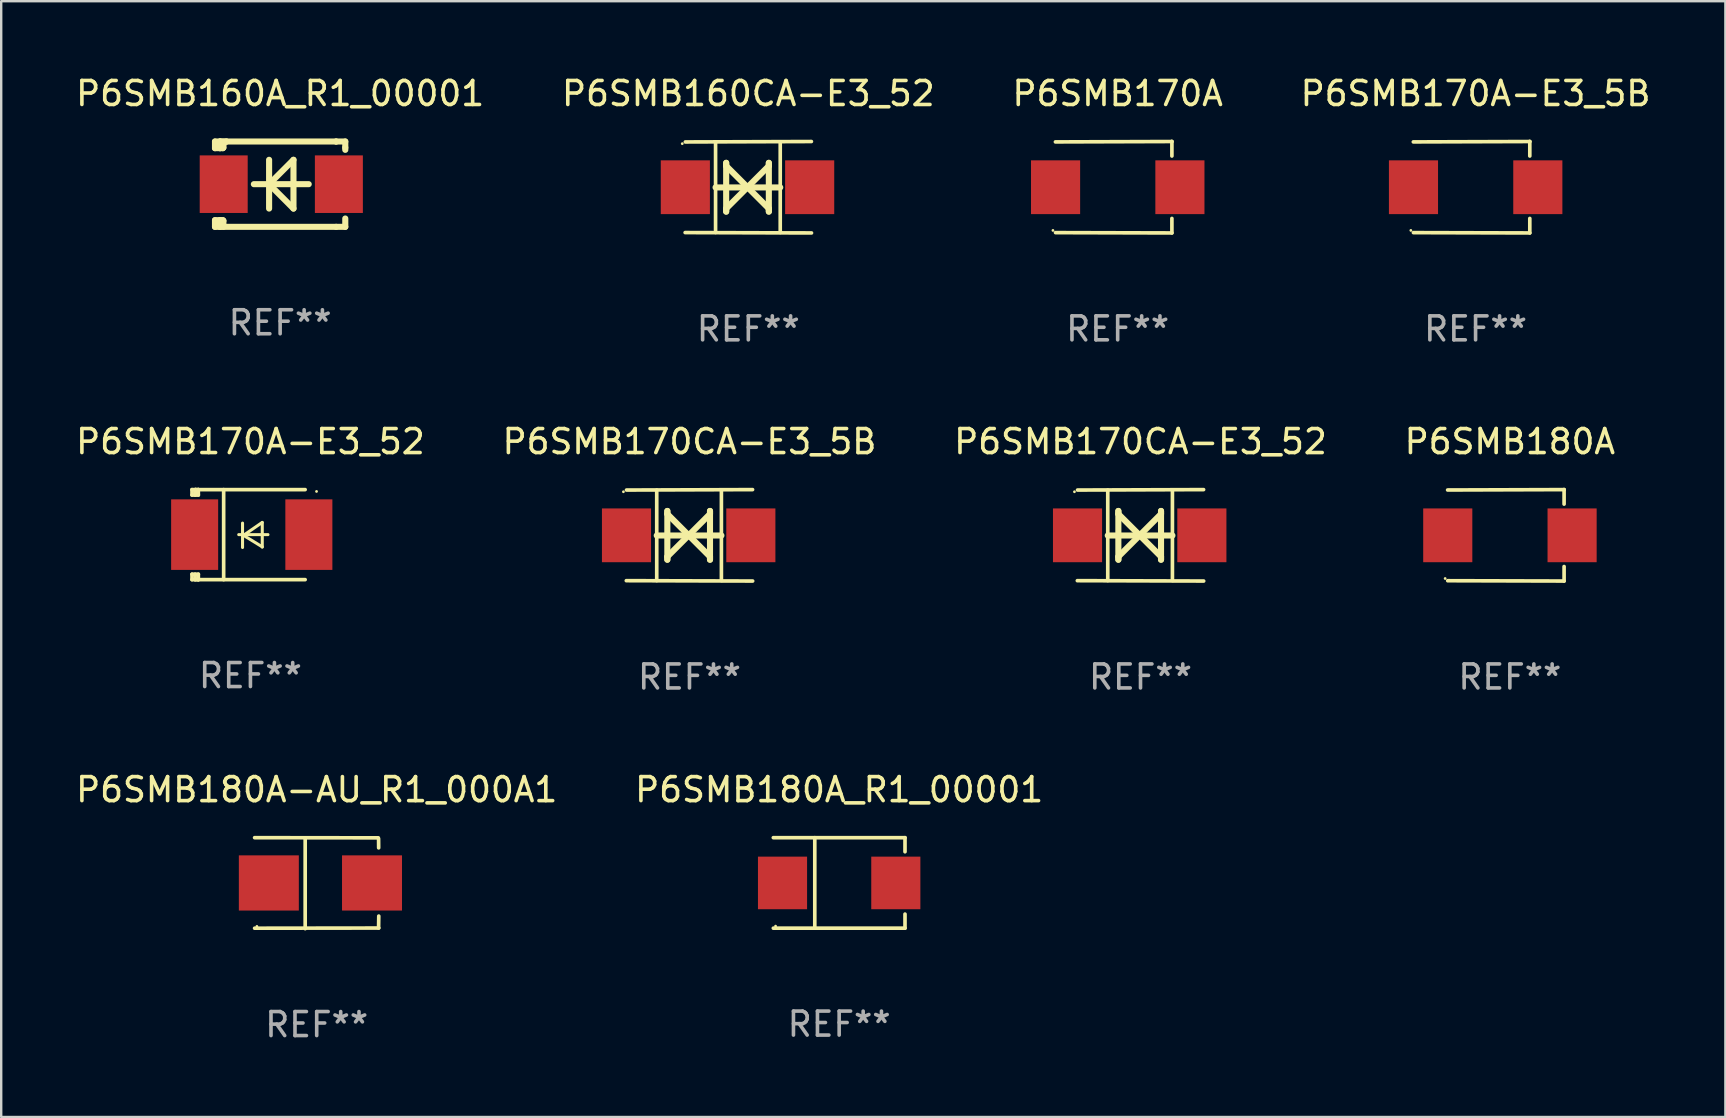
<source format=kicad_pcb>
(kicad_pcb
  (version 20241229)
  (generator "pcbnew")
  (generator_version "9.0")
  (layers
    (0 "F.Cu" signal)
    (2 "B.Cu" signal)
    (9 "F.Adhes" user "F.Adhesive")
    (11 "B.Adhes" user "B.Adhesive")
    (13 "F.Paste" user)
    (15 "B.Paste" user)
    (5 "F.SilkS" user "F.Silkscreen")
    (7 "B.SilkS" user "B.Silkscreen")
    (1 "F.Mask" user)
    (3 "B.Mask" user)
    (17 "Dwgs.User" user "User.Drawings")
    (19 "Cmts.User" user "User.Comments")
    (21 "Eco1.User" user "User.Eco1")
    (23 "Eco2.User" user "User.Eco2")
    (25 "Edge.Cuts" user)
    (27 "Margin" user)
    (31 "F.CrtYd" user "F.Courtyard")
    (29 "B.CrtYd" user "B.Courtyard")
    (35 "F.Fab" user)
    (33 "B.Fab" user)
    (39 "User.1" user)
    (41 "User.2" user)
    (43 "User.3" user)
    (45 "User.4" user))
  (footprint "P6SMB180A-AU_R1_000A1"
    (layer "F.Cu")
    (at 10.149 33.757)
    (property "Reference" "P6SMB180A-AU_R1_000A1" (at 0 -3.896 0) (layer "F.SilkS") (effects (font (size 1 1) (thickness 0.15))))
    (attr through_hole)
    (fp_line (start -2.588 -1.896) (end 2.568 -1.889) (stroke (width 0.152) (type solid)) (layer "F.SilkS"))
    (fp_line (start -2.588 1.877) (end 2.588 1.87) (stroke (width 0.152) (type solid)) (layer "F.SilkS"))
    (fp_line (start -0.48 1.896) (end -0.48 -1.871) (stroke (width 0.152) (type solid)) (layer "F.SilkS"))
    (fp_line (start 2.579 -1.849) (end 2.582 -1.472) (stroke (width 0.152) (type solid)) (layer "F.SilkS"))
    (fp_line (start 2.579 1.867) (end 2.587 1.372) (stroke (width 0.152) (type solid)) (layer "F.SilkS"))
    (fp_circle (center -2.492 1.801) (end -2.462 1.801) (stroke (width 0.06) (type solid)) (fill no) (layer "F.SilkS"))
    (fp_text user "REF**" (at 0 5.896 0) (layer "F.Fab") (effects (font (size 1 1) (thickness 0.15))))
    (pad "1" smd rect (at -1.995 -0.009) (size 2.5 2.3) (layers "F.Cu" "F.Mask" "F.Paste"))
    (pad "2" smd rect (at 2.305 -0.009) (size 2.5 2.3) (layers "F.Cu" "F.Mask" "F.Paste")))
  (footprint "P6SMB180A"
    (layer "F.Cu")
    (at 59.875 19.26)
    (property "Reference" "P6SMB180A" (at 0 -3.905 0) (layer "F.SilkS") (effects (font (size 1 1) (thickness 0.15))))
    (attr through_hole)
    (fp_line (start 2.256 -1.905) (end -2.594 -1.889) (stroke (width 0.152) (type solid)) (layer "F.SilkS"))
    (fp_line (start 2.256 -1.905) (end 2.26 -1.905) (stroke (width 0.152) (type solid)) (layer "F.SilkS"))
    (fp_line (start 2.26 -1.905) (end 2.26 -1.301) (stroke (width 0.152) (type solid)) (layer "F.SilkS"))
    (fp_line (start 2.26 1.301) (end 2.26 1.905) (stroke (width 0.152) (type solid)) (layer "F.SilkS"))
    (fp_line (start 2.26 1.905) (end -2.59 1.892) (stroke (width 0.152) (type solid)) (layer "F.SilkS"))
    (fp_circle (center -2.697 1.8) (end -2.667 1.8) (stroke (width 0.06) (type solid)) (fill no) (layer "F.SilkS"))
    (fp_text user "REF**" (at 0 5.905 0) (layer "F.Fab") (effects (font (size 1 1) (thickness 0.15))))
    (pad "1" smd rect (at -2.588 0) (size 2.047 2.241) (layers "F.Cu" "F.Mask" "F.Paste"))
    (pad "2" smd rect (at 2.594 0) (size 2.047 2.241) (layers "F.Cu" "F.Mask" "F.Paste")))
  (footprint "P6SMB170A"
    (layer "F.Cu")
    (at 43.53 4.753)
    (property "Reference" "P6SMB170A" (at 0 -3.905 0) (layer "F.SilkS") (effects (font (size 1 1) (thickness 0.15))))
    (attr through_hole)
    (fp_line (start 2.256 -1.905) (end -2.594 -1.889) (stroke (width 0.152) (type solid)) (layer "F.SilkS"))
    (fp_line (start 2.256 -1.905) (end 2.26 -1.905) (stroke (width 0.152) (type solid)) (layer "F.SilkS"))
    (fp_line (start 2.26 -1.905) (end 2.26 -1.301) (stroke (width 0.152) (type solid)) (layer "F.SilkS"))
    (fp_line (start 2.26 1.301) (end 2.26 1.905) (stroke (width 0.152) (type solid)) (layer "F.SilkS"))
    (fp_line (start 2.26 1.905) (end -2.59 1.892) (stroke (width 0.152) (type solid)) (layer "F.SilkS"))
    (fp_circle (center -2.697 1.8) (end -2.667 1.8) (stroke (width 0.06) (type solid)) (fill no) (layer "F.SilkS"))
    (fp_text user "REF**" (at 0 5.905 0) (layer "F.Fab") (effects (font (size 1 1) (thickness 0.15))))
    (pad "1" smd rect (at -2.588 0) (size 2.047 2.241) (layers "F.Cu" "F.Mask" "F.Paste"))
    (pad "2" smd rect (at 2.594 0) (size 2.047 2.241) (layers "F.Cu" "F.Mask" "F.Paste")))
  (footprint "P6SMB180A_R1_00001"
    (layer "F.Cu")
    (at 31.923 33.747)
    (property "Reference" "P6SMB180A_R1_00001" (at 0 -3.886 0) (layer "F.SilkS") (effects (font (size 1 1) (thickness 0.15))))
    (attr through_hole)
    (fp_line (start -2.744 -1.886) (end 2.744 -1.886) (stroke (width 0.152) (type solid)) (layer "F.SilkS"))
    (fp_line (start -2.744 1.886) (end 2.744 1.886) (stroke (width 0.152) (type solid)) (layer "F.SilkS"))
    (fp_line (start -1.016 -1.886) (end -1.016 1.886) (stroke (width 0.152) (type solid)) (layer "F.SilkS"))
    (fp_line (start 2.744 -1.886) (end 2.744 -1.299) (stroke (width 0.152) (type solid)) (layer "F.SilkS"))
    (fp_line (start 2.744 1.886) (end 2.744 1.299) (stroke (width 0.152) (type solid)) (layer "F.SilkS"))
    (fp_circle (center -2.65 1.8) (end -2.62 1.8) (stroke (width 0.06) (type solid)) (fill no) (layer "F.SilkS"))
    (fp_text user "REF**" (at 0 5.886 0) (layer "F.Fab") (effects (font (size 1 1) (thickness 0.15))))
    (pad "1" smd rect (at -2.361 0) (size 2.047 2.192) (layers "F.Cu" "F.Mask" "F.Paste"))
    (pad "2" smd rect (at 2.361 0) (size 2.047 2.192) (layers "F.Cu" "F.Mask" "F.Paste")))
  (footprint "P6SMB170CA-E3_52"
    (layer "F.Cu")
    (at 44.482 19.26)
    (property "Reference" "P6SMB170CA-E3_52" (at 0 -3.905 0) (layer "F.SilkS") (effects (font (size 1 1) (thickness 0.15))))
    (attr through_hole)
    (fp_line (start -1.365 1.886) (end -1.365 -1.886) (stroke (width 0.152) (type solid)) (layer "F.SilkS"))
    (fp_line (start -1.365 0.008) (end 1.33 0.008) (stroke (width 0.254) (type solid)) (layer "F.SilkS"))
    (fp_line (start -0.923 -1.016) (end -0.923 1.016) (stroke (width 0.254) (type solid)) (layer "F.SilkS"))
    (fp_line (start -0.923 -0.889) (end -0.923 -1.016) (stroke (width 0.254) (type solid)) (layer "F.SilkS"))
    (fp_line (start -0.923 0.889) (end -0.034 0) (stroke (width 0.254) (type solid)) (layer "F.SilkS"))
    (fp_line (start -0.923 1.016) (end -0.923 0.889) (stroke (width 0.254) (type solid)) (layer "F.SilkS"))
    (fp_line (start -0.034 0) (end -0.923 -0.889) (stroke (width 0.254) (type solid)) (layer "F.SilkS"))
    (fp_line (start -0.034 0) (end 0.855 0.889) (stroke (width 0.254) (type solid)) (layer "F.SilkS"))
    (fp_line (start 0.855 -1.016) (end 0.855 -0.889) (stroke (width 0.254) (type solid)) (layer "F.SilkS"))
    (fp_line (start 0.855 -0.889) (end -0.034 0) (stroke (width 0.254) (type solid)) (layer "F.SilkS"))
    (fp_line (start 0.855 0.889) (end 0.855 1.016) (stroke (width 0.254) (type solid)) (layer "F.SilkS"))
    (fp_line (start 0.855 1.016) (end 0.855 -1.016) (stroke (width 0.254) (type solid)) (layer "F.SilkS"))
    (fp_line (start 1.33 1.886) (end 1.33 -1.886) (stroke (width 0.152) (type solid)) (layer "F.SilkS"))
    (fp_line (start 2.629 -1.905) (end -2.625 -1.887) (stroke (width 0.152) (type solid)) (layer "F.SilkS"))
    (fp_line (start 2.633 1.905) (end -2.633 1.89) (stroke (width 0.152) (type solid)) (layer "F.SilkS"))
    (fp_circle (center -2.753 -1.816) (end -2.723 -1.816) (stroke (width 0.06) (type solid)) (fill no) (layer "F.SilkS"))
    (fp_text user "REF**" (at 0 5.905 0) (layer "F.Fab") (effects (font (size 1 1) (thickness 0.15))))
    (pad "1" smd rect (at -2.625 0) (size 2.047 2.241) (layers "F.Cu" "F.Mask" "F.Paste"))
    (pad "2" smd rect (at 2.557 0) (size 2.047 2.241) (layers "F.Cu" "F.Mask" "F.Paste")))
  (footprint "P6SMB160A_R1_00001"
    (layer "F.Cu")
    (at 8.625 4.626)
    (property "Reference" "P6SMB160A_R1_00001" (at 0 -3.778 0) (layer "F.SilkS") (effects (font (size 1 1) (thickness 0.15))))
    (attr through_hole)
    (fp_line (start -2.715 -1.778) (end -2.715 -1.501) (stroke (width 0.254) (type solid)) (layer "F.SilkS"))
    (fp_line (start -2.715 -1.501) (end -2.505 -1.501) (stroke (width 0.254) (type solid)) (layer "F.SilkS"))
    (fp_line (start -2.715 1.501) (end -2.715 1.778) (stroke (width 0.254) (type solid)) (layer "F.SilkS"))
    (fp_line (start -2.715 1.501) (end -2.505 1.501) (stroke (width 0.254) (type solid)) (layer "F.SilkS"))
    (fp_line (start -2.715 1.778) (end -2.504 1.778) (stroke (width 0.254) (type solid)) (layer "F.SilkS"))
    (fp_line (start -2.505 -1.778) (end -2.715 -1.778) (stroke (width 0.254) (type solid)) (layer "F.SilkS"))
    (fp_line (start -2.505 -1.778) (end -2.238 -1.778) (stroke (width 0.254) (type solid)) (layer "F.SilkS"))
    (fp_line (start -2.505 -1.501) (end -2.505 -1.651) (stroke (width 0.254) (type solid)) (layer "F.SilkS"))
    (fp_line (start -2.505 -1.501) (end -2.388 -1.501) (stroke (width 0.254) (type solid)) (layer "F.SilkS"))
    (fp_line (start -2.505 1.501) (end -2.505 1.778) (stroke (width 0.254) (type solid)) (layer "F.SilkS"))
    (fp_line (start -2.505 1.501) (end -2.388 1.501) (stroke (width 0.254) (type solid)) (layer "F.SilkS"))
    (fp_line (start -2.388 1.501) (end -2.365 1.524) (stroke (width 0.254) (type solid)) (layer "F.SilkS"))
    (fp_line (start -2.388 -1.501) (end -2.365 -1.524) (stroke (width 0.254) (type solid)) (layer "F.SilkS"))
    (fp_line (start -2.365 -1.651) (end -2.505 -1.778) (stroke (width 0.254) (type solid)) (layer "F.SilkS"))
    (fp_line (start -2.365 -1.524) (end -2.365 -1.651) (stroke (width 0.254) (type solid)) (layer "F.SilkS"))
    (fp_line (start -2.365 1.524) (end -2.365 1.778) (stroke (width 0.254) (type solid)) (layer "F.SilkS"))
    (fp_line (start -2.239 -1.778) (end 2.333 -1.778) (stroke (width 0.254) (type solid)) (layer "F.SilkS"))
    (fp_line (start -2.238 -1.778) (end -2.505 -1.778) (stroke (width 0.254) (type solid)) (layer "F.SilkS"))
    (fp_line (start -1.095 0) (end 1.191 0) (stroke (width 0.254) (type solid)) (layer "F.SilkS"))
    (fp_line (start -0.46 -1.016) (end -0.46 1.016) (stroke (width 0.254) (type solid)) (layer "F.SilkS"))
    (fp_line (start -0.46 -0.000127) (end 0.556 1.016) (stroke (width 0.254) (type solid)) (layer "F.SilkS"))
    (fp_line (start 0.556 -1.016) (end 0.556 1.016) (stroke (width 0.254) (type solid)) (layer "F.SilkS"))
    (fp_line (start 0.556 -1.016) (end -0.46 -0.000127) (stroke (width 0.254) (type solid)) (layer "F.SilkS"))
    (fp_line (start 2.333 -1.778) (end 2.333 -1.778) (stroke (width 0.254) (type solid)) (layer "F.SilkS"))
    (fp_line (start 2.333 -1.778) (end 2.715 -1.778) (stroke (width 0.254) (type solid)) (layer "F.SilkS"))
    (fp_line (start 2.334 1.778) (end -2.504 1.778) (stroke (width 0.254) (type solid)) (layer "F.SilkS"))
    (fp_line (start 2.715 -1.778) (end 2.715 -1.524) (stroke (width 0.254) (type solid)) (layer "F.SilkS"))
    (fp_line (start 2.715 -1.524) (end 2.715 -1.431) (stroke (width 0.254) (type solid)) (layer "F.SilkS"))
    (fp_line (start 2.715 1.431) (end 2.715 1.778) (stroke (width 0.254) (type solid)) (layer "F.SilkS"))
    (fp_line (start 2.715 1.778) (end 2.334 1.778) (stroke (width 0.254) (type solid)) (layer "F.SilkS"))
    (fp_circle (center -2.602 1.8) (end -2.572 1.8) (stroke (width 0.06) (type solid)) (fill no) (layer "F.SilkS"))
    (fp_text user "REF**" (at 0 5.778 0) (layer "F.Fab") (effects (font (size 1 1) (thickness 0.15))))
    (pad "1" smd rect (at -2.352 -0.000076) (size 2 2.4) (layers "F.Cu" "F.Mask" "F.Paste"))
    (pad "2" smd rect (at 2.448 -0.000076) (size 2 2.4) (layers "F.Cu" "F.Mask" "F.Paste")))
  (footprint "P6SMB160CA-E3_52"
    (layer "F.Cu")
    (at 28.137 4.753)
    (property "Reference" "P6SMB160CA-E3_52" (at 0 -3.905 0) (layer "F.SilkS") (effects (font (size 1 1) (thickness 0.15))))
    (attr through_hole)
    (fp_line (start -1.365 1.886) (end -1.365 -1.886) (stroke (width 0.152) (type solid)) (layer "F.SilkS"))
    (fp_line (start -1.365 0.008) (end 1.33 0.008) (stroke (width 0.254) (type solid)) (layer "F.SilkS"))
    (fp_line (start -0.923 -1.016) (end -0.923 1.016) (stroke (width 0.254) (type solid)) (layer "F.SilkS"))
    (fp_line (start -0.923 -0.889) (end -0.923 -1.016) (stroke (width 0.254) (type solid)) (layer "F.SilkS"))
    (fp_line (start -0.923 0.889) (end -0.034 0) (stroke (width 0.254) (type solid)) (layer "F.SilkS"))
    (fp_line (start -0.923 1.016) (end -0.923 0.889) (stroke (width 0.254) (type solid)) (layer "F.SilkS"))
    (fp_line (start -0.034 0) (end -0.923 -0.889) (stroke (width 0.254) (type solid)) (layer "F.SilkS"))
    (fp_line (start -0.034 0) (end 0.855 0.889) (stroke (width 0.254) (type solid)) (layer "F.SilkS"))
    (fp_line (start 0.855 -1.016) (end 0.855 -0.889) (stroke (width 0.254) (type solid)) (layer "F.SilkS"))
    (fp_line (start 0.855 -0.889) (end -0.034 0) (stroke (width 0.254) (type solid)) (layer "F.SilkS"))
    (fp_line (start 0.855 0.889) (end 0.855 1.016) (stroke (width 0.254) (type solid)) (layer "F.SilkS"))
    (fp_line (start 0.855 1.016) (end 0.855 -1.016) (stroke (width 0.254) (type solid)) (layer "F.SilkS"))
    (fp_line (start 1.33 1.886) (end 1.33 -1.886) (stroke (width 0.152) (type solid)) (layer "F.SilkS"))
    (fp_line (start 2.629 -1.905) (end -2.625 -1.887) (stroke (width 0.152) (type solid)) (layer "F.SilkS"))
    (fp_line (start 2.633 1.905) (end -2.633 1.89) (stroke (width 0.152) (type solid)) (layer "F.SilkS"))
    (fp_circle (center -2.753 -1.816) (end -2.723 -1.816) (stroke (width 0.06) (type solid)) (fill no) (layer "F.SilkS"))
    (fp_text user "REF**" (at 0 5.905 0) (layer "F.Fab") (effects (font (size 1 1) (thickness 0.15))))
    (pad "1" smd rect (at -2.625 0) (size 2.047 2.241) (layers "F.Cu" "F.Mask" "F.Paste"))
    (pad "2" smd rect (at 2.557 0) (size 2.047 2.241) (layers "F.Cu" "F.Mask" "F.Paste")))
  (footprint "P6SMB170A-E3_5B"
    (layer "F.Cu")
    (at 58.446 4.753)
    (property "Reference" "P6SMB170A-E3_5B" (at 0 -3.905 0) (layer "F.SilkS") (effects (font (size 1 1) (thickness 0.15))))
    (attr through_hole)
    (fp_line (start 2.256 -1.905) (end -2.594 -1.889) (stroke (width 0.152) (type solid)) (layer "F.SilkS"))
    (fp_line (start 2.256 -1.905) (end 2.26 -1.905) (stroke (width 0.152) (type solid)) (layer "F.SilkS"))
    (fp_line (start 2.26 -1.905) (end 2.26 -1.301) (stroke (width 0.152) (type solid)) (layer "F.SilkS"))
    (fp_line (start 2.26 1.301) (end 2.26 1.905) (stroke (width 0.152) (type solid)) (layer "F.SilkS"))
    (fp_line (start 2.26 1.905) (end -2.59 1.892) (stroke (width 0.152) (type solid)) (layer "F.SilkS"))
    (fp_circle (center -2.697 1.8) (end -2.667 1.8) (stroke (width 0.06) (type solid)) (fill no) (layer "F.SilkS"))
    (fp_text user "REF**" (at 0 5.905 0) (layer "F.Fab") (effects (font (size 1 1) (thickness 0.15))))
    (pad "1" smd rect (at -2.588 0) (size 2.047 2.241) (layers "F.Cu" "F.Mask" "F.Paste"))
    (pad "2" smd rect (at 2.594 0) (size 2.047 2.241) (layers "F.Cu" "F.Mask" "F.Paste")))
  (footprint "P6SMB170CA-E3_5B"
    (layer "F.Cu")
    (at 25.685 19.26)
    (property "Reference" "P6SMB170CA-E3_5B" (at 0 -3.905 0) (layer "F.SilkS") (effects (font (size 1 1) (thickness 0.15))))
    (attr through_hole)
    (fp_line (start -1.365 1.886) (end -1.365 -1.886) (stroke (width 0.152) (type solid)) (layer "F.SilkS"))
    (fp_line (start -1.365 0.008) (end 1.33 0.008) (stroke (width 0.254) (type solid)) (layer "F.SilkS"))
    (fp_line (start -0.923 -1.016) (end -0.923 1.016) (stroke (width 0.254) (type solid)) (layer "F.SilkS"))
    (fp_line (start -0.923 -0.889) (end -0.923 -1.016) (stroke (width 0.254) (type solid)) (layer "F.SilkS"))
    (fp_line (start -0.923 0.889) (end -0.034 0) (stroke (width 0.254) (type solid)) (layer "F.SilkS"))
    (fp_line (start -0.923 1.016) (end -0.923 0.889) (stroke (width 0.254) (type solid)) (layer "F.SilkS"))
    (fp_line (start -0.034 0) (end -0.923 -0.889) (stroke (width 0.254) (type solid)) (layer "F.SilkS"))
    (fp_line (start -0.034 0) (end 0.855 0.889) (stroke (width 0.254) (type solid)) (layer "F.SilkS"))
    (fp_line (start 0.855 -1.016) (end 0.855 -0.889) (stroke (width 0.254) (type solid)) (layer "F.SilkS"))
    (fp_line (start 0.855 -0.889) (end -0.034 0) (stroke (width 0.254) (type solid)) (layer "F.SilkS"))
    (fp_line (start 0.855 0.889) (end 0.855 1.016) (stroke (width 0.254) (type solid)) (layer "F.SilkS"))
    (fp_line (start 0.855 1.016) (end 0.855 -1.016) (stroke (width 0.254) (type solid)) (layer "F.SilkS"))
    (fp_line (start 1.33 1.886) (end 1.33 -1.886) (stroke (width 0.152) (type solid)) (layer "F.SilkS"))
    (fp_line (start 2.629 -1.905) (end -2.625 -1.887) (stroke (width 0.152) (type solid)) (layer "F.SilkS"))
    (fp_line (start 2.633 1.905) (end -2.633 1.89) (stroke (width 0.152) (type solid)) (layer "F.SilkS"))
    (fp_circle (center -2.753 -1.816) (end -2.723 -1.816) (stroke (width 0.06) (type solid)) (fill no) (layer "F.SilkS"))
    (fp_text user "REF**" (at 0 5.905 0) (layer "F.Fab") (effects (font (size 1 1) (thickness 0.15))))
    (pad "1" smd rect (at -2.625 0) (size 2.047 2.241) (layers "F.Cu" "F.Mask" "F.Paste"))
    (pad "2" smd rect (at 2.557 0) (size 2.047 2.241) (layers "F.Cu" "F.Mask" "F.Paste")))
  (footprint "P6SMB170A-E3_52"
    (layer "F.Cu")
    (at 7.387 19.231)
    (property "Reference" "P6SMB170A-E3_52" (at 0 -3.876 0) (layer "F.SilkS") (effects (font (size 1 1) (thickness 0.15))))
    (attr through_hole)
    (fp_line (start -2.435 1.65) (end -2.171 1.65) (stroke (width 0.152) (type solid)) (layer "F.SilkS"))
    (fp_line (start -2.435 1.876) (end -2.435 1.65) (stroke (width 0.152) (type solid)) (layer "F.SilkS"))
    (fp_line (start -2.435 -1.876) (end -2.171 -1.876) (stroke (width 0.152) (type solid)) (layer "F.SilkS"))
    (fp_line (start -2.435 -1.65) (end -2.435 -1.876) (stroke (width 0.152) (type solid)) (layer "F.SilkS"))
    (fp_line (start -2.305 -1.866) (end -2.295 -1.876) (stroke (width 0.152) (type solid)) (layer "F.SilkS"))
    (fp_line (start -2.305 -1.65) (end -2.305 -1.866) (stroke (width 0.152) (type solid)) (layer "F.SilkS"))
    (fp_line (start -2.305 1.876) (end -2.305 1.65) (stroke (width 0.152) (type solid)) (layer "F.SilkS"))
    (fp_line (start -2.295 -1.876) (end -2.295 -1.65) (stroke (width 0.152) (type solid)) (layer "F.SilkS"))
    (fp_line (start -2.171 1.876) (end -2.435 1.876) (stroke (width 0.152) (type solid)) (layer "F.SilkS"))
    (fp_line (start -2.171 -1.65) (end -2.435 -1.65) (stroke (width 0.152) (type solid)) (layer "F.SilkS"))
    (fp_line (start -2.171 -1.876) (end -2.295 -1.876) (stroke (width 0.152) (type solid)) (layer "F.SilkS"))
    (fp_line (start -2.171 -1.65) (end -2.171 -1.876) (stroke (width 0.152) (type solid)) (layer "F.SilkS"))
    (fp_line (start -2.171 1.876) (end -2.305 1.876) (stroke (width 0.152) (type solid)) (layer "F.SilkS"))
    (fp_line (start -2.171 1.876) (end -2.171 1.65) (stroke (width 0.152) (type solid)) (layer "F.SilkS"))
    (fp_line (start -1.116 1.876) (end -1.116 -1.876) (stroke (width 0.152) (type solid)) (layer "F.SilkS"))
    (fp_line (start -0.488 0.000102) (end 0.731 0.000102) (stroke (width 0.127) (type solid)) (layer "F.SilkS"))
    (fp_line (start -0.329 -0.48) (end -0.329 0.536) (stroke (width 0.127) (type solid)) (layer "F.SilkS"))
    (fp_line (start -0.29 0.03) (end 0.493 0.51) (stroke (width 0.127) (type solid)) (layer "F.SilkS"))
    (fp_line (start 0.493 -0.51) (end -0.29 0.03) (stroke (width 0.127) (type solid)) (layer "F.SilkS"))
    (fp_line (start 0.493 0.52) (end 0.493 -0.496) (stroke (width 0.127) (type solid)) (layer "F.SilkS"))
    (fp_line (start 2.281 -1.876) (end -2.171 -1.876) (stroke (width 0.152) (type solid)) (layer "F.SilkS"))
    (fp_line (start 2.281 1.876) (end -2.171 1.876) (stroke (width 0.152) (type solid)) (layer "F.SilkS"))
    (fp_circle (center 2.755 -1.8) (end 2.785 -1.8) (stroke (width 0.06) (type solid)) (fill no) (layer "F.SilkS"))
    (fp_text user "REF**" (at 0 5.876 0) (layer "F.Fab") (effects (font (size 1 1) (thickness 0.15))))
    (pad "1" smd rect (at 2.435 -0.000025 180) (size 1.96 2.94) (layers "F.Cu" "F.Mask" "F.Paste"))
    (pad "2" smd rect (at -2.325 -0.000025 180) (size 1.96 2.94) (layers "F.Cu" "F.Mask" "F.Paste")))
  (gr_rect
    (start -3 -3)
    (end 68.857 43.501)
    (stroke (width 0.1) (type default))
    (fill no)
    (layer "Edge.Cuts")))
</source>
